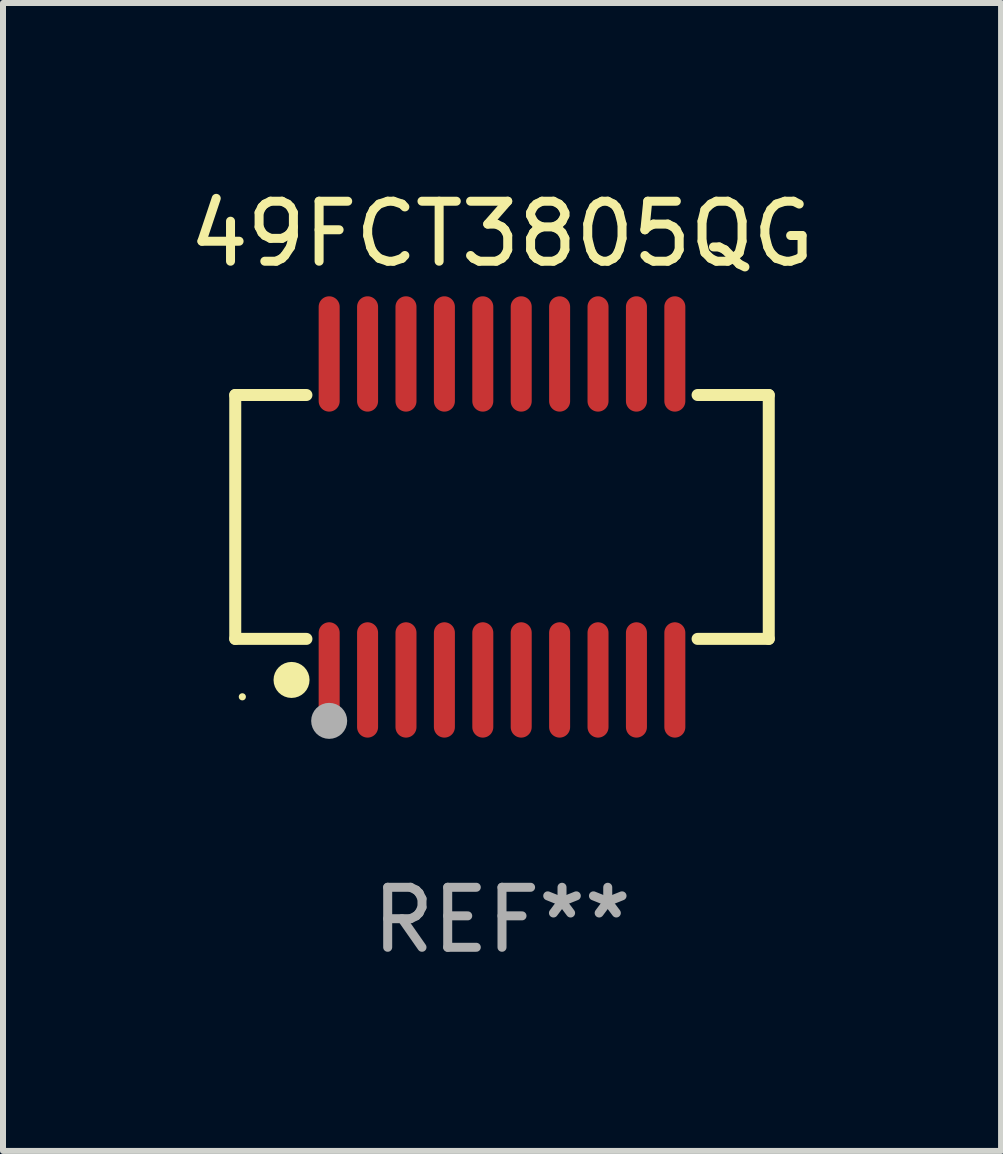
<source format=kicad_pcb>
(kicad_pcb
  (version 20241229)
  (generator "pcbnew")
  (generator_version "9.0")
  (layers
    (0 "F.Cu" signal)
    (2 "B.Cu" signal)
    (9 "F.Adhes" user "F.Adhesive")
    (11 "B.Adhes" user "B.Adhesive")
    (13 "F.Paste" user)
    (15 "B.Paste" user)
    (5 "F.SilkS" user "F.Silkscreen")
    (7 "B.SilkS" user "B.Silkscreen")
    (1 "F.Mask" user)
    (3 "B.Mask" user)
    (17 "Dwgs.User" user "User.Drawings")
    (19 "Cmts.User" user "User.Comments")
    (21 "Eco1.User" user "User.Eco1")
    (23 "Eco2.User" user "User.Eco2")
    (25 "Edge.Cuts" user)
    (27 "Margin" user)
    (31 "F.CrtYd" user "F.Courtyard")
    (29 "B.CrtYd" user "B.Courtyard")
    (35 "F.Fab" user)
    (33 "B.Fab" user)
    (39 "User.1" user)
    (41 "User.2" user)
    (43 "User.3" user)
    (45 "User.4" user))
  (footprint "49FCT3805QG"
    (layer "F.Cu")
    (at 5.315 5.564)
    (property "Reference" "49FCT3805QG" (at 0 -4.716 0) (layer "F.SilkS") (effects (font (size 1 1) (thickness 0.15))))
    (attr through_hole)
    (fp_line (start -4.445 -2.032) (end -4.445 2.032) (stroke (width 0.2) (type solid)) (layer "F.SilkS"))
    (fp_line (start -4.445 2.032) (end -3.259 2.032) (stroke (width 0.2) (type solid)) (layer "F.SilkS"))
    (fp_line (start -3.429 -2.032) (end -4.445 -2.032) (stroke (width 0.2) (type solid)) (layer "F.SilkS"))
    (fp_line (start -3.259 -2.032) (end -3.429 -2.032) (stroke (width 0.2) (type solid)) (layer "F.SilkS"))
    (fp_line (start 3.259 2.032) (end 4.445 2.032) (stroke (width 0.2) (type solid)) (layer "F.SilkS"))
    (fp_line (start 4.445 -2.032) (end 3.259 -2.032) (stroke (width 0.2) (type solid)) (layer "F.SilkS"))
    (fp_line (start 4.445 2.032) (end 4.445 -2.032) (stroke (width 0.2) (type solid)) (layer "F.SilkS"))
    (fp_circle (center -4.327 2.997) (end -4.297 2.997) (stroke (width 0.06) (type solid)) (fill no) (layer "F.SilkS"))
    (fp_circle (center -3.507 2.716) (end -3.357 2.716) (stroke (width 0.3) (type solid)) (fill no) (layer "F.SilkS"))
    (fp_circle (center -2.88 3.398) (end -2.73 3.398) (stroke (width 0.3) (type solid)) (fill no) (layer "F.Fab"))
    (fp_text user "REF**" (at 0 6.716 0) (layer "F.Fab") (effects (font (size 1 1) (thickness 0.15))))
    (pad "1" smd oval (at -2.88 2.716) (size 0.35 1.922) (layers "F.Cu" "F.Mask" "F.Paste"))
    (pad "2" smd oval (at -2.24 2.716) (size 0.35 1.922) (layers "F.Cu" "F.Mask" "F.Paste"))
    (pad "3" smd oval (at -1.6 2.716) (size 0.35 1.922) (layers "F.Cu" "F.Mask" "F.Paste"))
    (pad "4" smd oval (at -0.96 2.716) (size 0.35 1.922) (layers "F.Cu" "F.Mask" "F.Paste"))
    (pad "5" smd oval (at -0.32 2.716) (size 0.35 1.922) (layers "F.Cu" "F.Mask" "F.Paste"))
    (pad "6" smd oval (at 0.32 2.716) (size 0.35 1.922) (layers "F.Cu" "F.Mask" "F.Paste"))
    (pad "7" smd oval (at 0.96 2.716) (size 0.35 1.922) (layers "F.Cu" "F.Mask" "F.Paste"))
    (pad "8" smd oval (at 1.6 2.716) (size 0.35 1.922) (layers "F.Cu" "F.Mask" "F.Paste"))
    (pad "9" smd oval (at 2.24 2.716) (size 0.35 1.922) (layers "F.Cu" "F.Mask" "F.Paste"))
    (pad "10" smd oval (at 2.88 2.716) (size 0.35 1.922) (layers "F.Cu" "F.Mask" "F.Paste"))
    (pad "11" smd oval (at 2.88 -2.716) (size 0.35 1.922) (layers "F.Cu" "F.Mask" "F.Paste"))
    (pad "12" smd oval (at 2.24 -2.716) (size 0.35 1.922) (layers "F.Cu" "F.Mask" "F.Paste"))
    (pad "13" smd oval (at 1.6 -2.716) (size 0.35 1.922) (layers "F.Cu" "F.Mask" "F.Paste"))
    (pad "14" smd oval (at 0.96 -2.716) (size 0.35 1.922) (layers "F.Cu" "F.Mask" "F.Paste"))
    (pad "15" smd oval (at 0.32 -2.716) (size 0.35 1.922) (layers "F.Cu" "F.Mask" "F.Paste"))
    (pad "16" smd oval (at -0.32 -2.716) (size 0.35 1.922) (layers "F.Cu" "F.Mask" "F.Paste"))
    (pad "17" smd oval (at -0.96 -2.716) (size 0.35 1.922) (layers "F.Cu" "F.Mask" "F.Paste"))
    (pad "18" smd oval (at -1.6 -2.716) (size 0.35 1.922) (layers "F.Cu" "F.Mask" "F.Paste"))
    (pad "19" smd oval (at -2.24 -2.716) (size 0.35 1.922) (layers "F.Cu" "F.Mask" "F.Paste"))
    (pad "20" smd oval (at -2.88 -2.716) (size 0.35 1.922) (layers "F.Cu" "F.Mask" "F.Paste")))
  (gr_rect
    (start -3 -3)
    (end 13.631 16.128)
    (stroke (width 0.1) (type default))
    (fill no)
    (layer "Edge.Cuts")))
</source>
